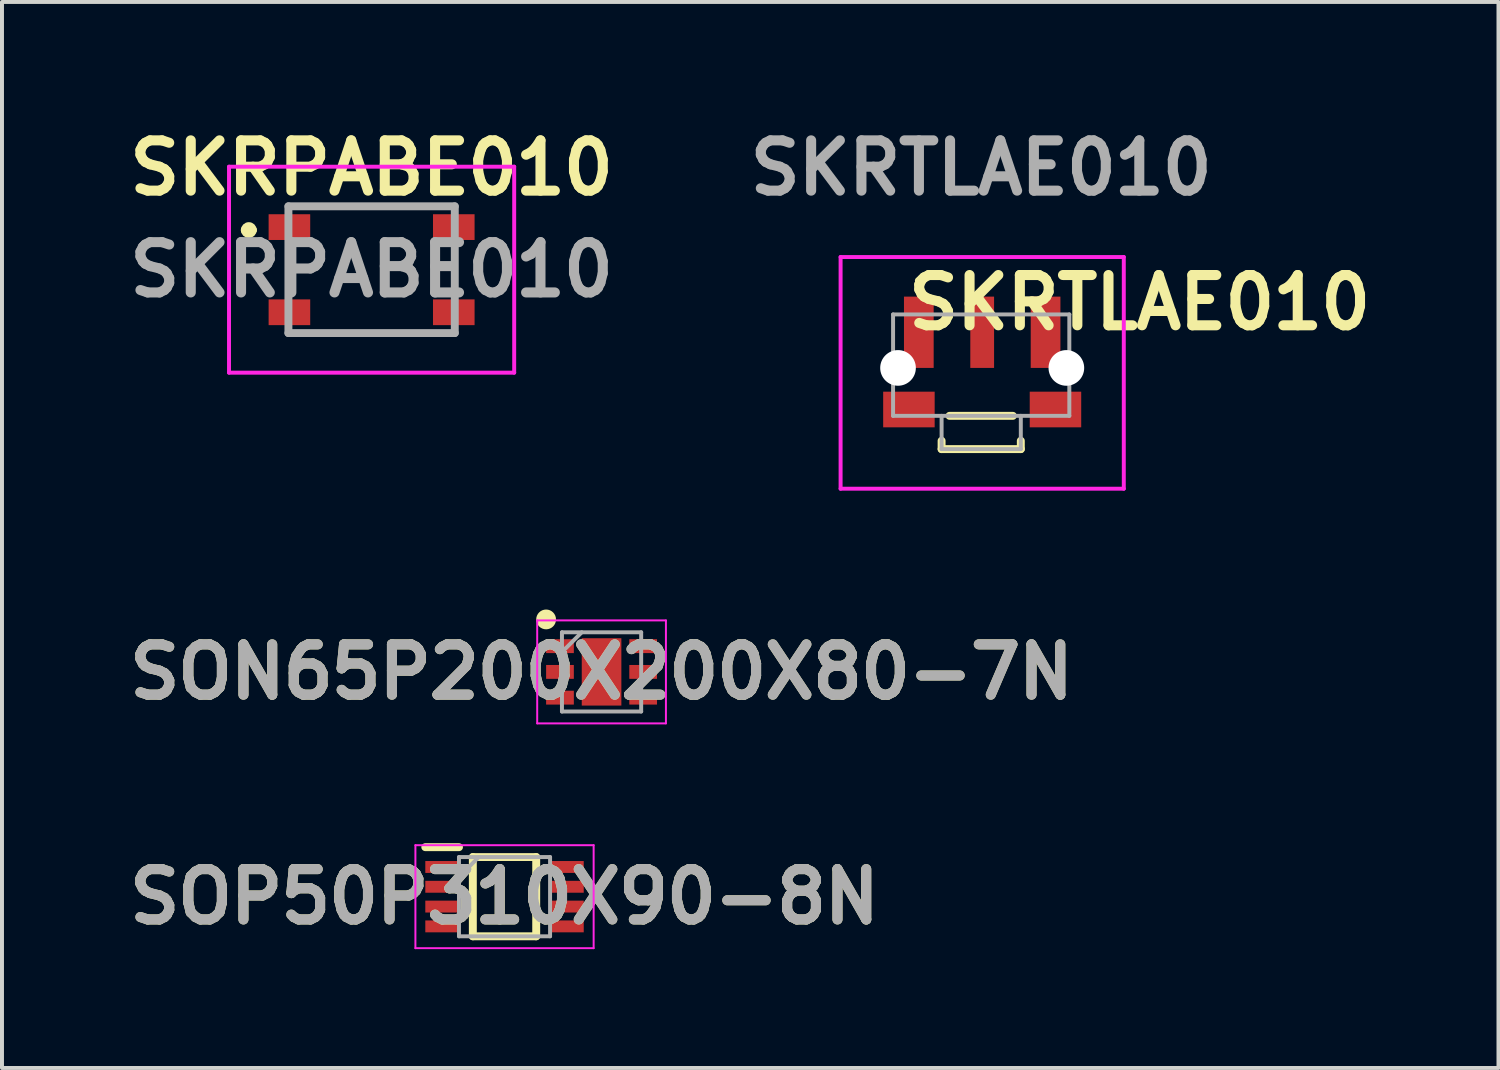
<source format=kicad_pcb>
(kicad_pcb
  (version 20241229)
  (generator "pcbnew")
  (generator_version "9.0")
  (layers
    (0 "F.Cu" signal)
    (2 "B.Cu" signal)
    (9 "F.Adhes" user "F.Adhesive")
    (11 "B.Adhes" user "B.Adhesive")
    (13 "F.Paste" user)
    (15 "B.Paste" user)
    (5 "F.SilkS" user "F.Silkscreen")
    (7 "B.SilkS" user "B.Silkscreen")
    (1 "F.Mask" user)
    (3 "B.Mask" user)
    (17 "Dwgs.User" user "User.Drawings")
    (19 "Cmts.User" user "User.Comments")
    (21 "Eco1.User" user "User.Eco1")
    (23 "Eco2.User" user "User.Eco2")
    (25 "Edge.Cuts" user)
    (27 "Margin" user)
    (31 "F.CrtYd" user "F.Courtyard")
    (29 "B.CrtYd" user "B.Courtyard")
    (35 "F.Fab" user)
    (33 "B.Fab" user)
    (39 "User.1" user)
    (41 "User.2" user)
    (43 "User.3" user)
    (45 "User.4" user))
  (footprint "SOP50P310X90-8N"
    (layer "F.Cu")
    (at 9.688 19.589)
    (property "Reference" "SOP50P310X90-8N" (at 0 0 0) (layer "F.SilkS") (effects (font (size 1.27 1.27) (thickness 0.254))))
    (attr smd)
    (fp_line (start -2 -1.25) (end -1.15 -1.25) (stroke (width 0.2) (type solid)) (layer "F.SilkS"))
    (fp_line (start -0.8 -1) (end 0.8 -1) (stroke (width 0.2) (type solid)) (layer "F.SilkS"))
    (fp_line (start -0.8 1) (end -0.8 -1) (stroke (width 0.2) (type solid)) (layer "F.SilkS"))
    (fp_line (start 0.8 -1) (end 0.8 1) (stroke (width 0.2) (type solid)) (layer "F.SilkS"))
    (fp_line (start 0.8 1) (end -0.8 1) (stroke (width 0.2) (type solid)) (layer "F.SilkS"))
    (fp_line (start -2.25 -1.3) (end 2.25 -1.3) (stroke (width 0.05) (type solid)) (layer "F.CrtYd"))
    (fp_line (start -2.25 1.3) (end -2.25 -1.3) (stroke (width 0.05) (type solid)) (layer "F.CrtYd"))
    (fp_line (start 2.25 -1.3) (end 2.25 1.3) (stroke (width 0.05) (type solid)) (layer "F.CrtYd"))
    (fp_line (start 2.25 1.3) (end -2.25 1.3) (stroke (width 0.05) (type solid)) (layer "F.CrtYd"))
    (fp_line (start -1.15 -1) (end 1.15 -1) (stroke (width 0.1) (type solid)) (layer "F.Fab"))
    (fp_line (start -1.15 -0.5) (end -0.65 -1) (stroke (width 0.1) (type solid)) (layer "F.Fab"))
    (fp_line (start -1.15 1) (end -1.15 -1) (stroke (width 0.1) (type solid)) (layer "F.Fab"))
    (fp_line (start 1.15 -1) (end 1.15 1) (stroke (width 0.1) (type solid)) (layer "F.Fab"))
    (fp_line (start 1.15 1) (end -1.15 1) (stroke (width 0.1) (type solid)) (layer "F.Fab"))
    (fp_text user "${REFERENCE}" (at 0 0 0) (layer "F.Fab") (effects (font (size 1.27 1.27) (thickness 0.254))))
    (pad "1" smd rect (at -1.575 -0.75 90) (size 0.3 0.85) (layers "F.Cu" "F.Mask" "F.Paste"))
    (pad "2" smd rect (at -1.575 -0.25 90) (size 0.3 0.85) (layers "F.Cu" "F.Mask" "F.Paste"))
    (pad "3" smd rect (at -1.575 0.25 90) (size 0.3 0.85) (layers "F.Cu" "F.Mask" "F.Paste"))
    (pad "4" smd rect (at -1.575 0.75 90) (size 0.3 0.85) (layers "F.Cu" "F.Mask" "F.Paste"))
    (pad "5" smd rect (at 1.575 0.75 90) (size 0.3 0.85) (layers "F.Cu" "F.Mask" "F.Paste"))
    (pad "6" smd rect (at 1.575 0.25 90) (size 0.3 0.85) (layers "F.Cu" "F.Mask" "F.Paste"))
    (pad "7" smd rect (at 1.575 -0.25 90) (size 0.3 0.85) (layers "F.Cu" "F.Mask" "F.Paste"))
    (pad "8" smd rect (at 1.575 -0.75 90) (size 0.3 0.85) (layers "F.Cu" "F.Mask" "F.Paste")))
  (footprint "SKRTLAE010"
    (layer "F.Cu")
    (at 21.723 6.589)
    (property "Reference" "SKRTLAE010" (at 4 -2 0) (layer "F.SilkS") (effects (font (size 1.27 1.27) (thickness 0.254))))
    (attr through_hole)
    (fp_line (start -1.575 -2.6) (end -1.575 -2.6) (stroke (width 0.1) (type solid)) (layer "F.SilkS"))
    (fp_line (start -1.575 -2.5) (end -1.575 -2.5) (stroke (width 0.1) (type solid)) (layer "F.SilkS"))
    (fp_line (start -1 1.7) (end -1 1.49) (stroke (width 0.2) (type solid)) (layer "F.SilkS"))
    (fp_line (start -0.8 0.86) (end 0.8 0.86) (stroke (width 0.2) (type solid)) (layer "F.SilkS"))
    (fp_line (start 1 1.49) (end 1 1.7) (stroke (width 0.2) (type solid)) (layer "F.SilkS"))
    (fp_line (start 1 1.7) (end -1 1.7) (stroke (width 0.2) (type solid)) (layer "F.SilkS"))
    (fp_arc (start -1.575 -2.6) (mid -1.525 -2.55) (end -1.575 -2.5) (stroke (width 0.1) (type solid)) (layer "F.SilkS"))
    (fp_arc (start -1.575 -2.5) (mid -1.625 -2.55) (end -1.575 -2.6) (stroke (width 0.1) (type solid)) (layer "F.SilkS"))
    (fp_line (start -3.55 -3.15) (end 3.6 -3.15) (stroke (width 0.1) (type solid)) (layer "F.CrtYd"))
    (fp_line (start -3.55 2.7) (end -3.55 -3.15) (stroke (width 0.1) (type solid)) (layer "F.CrtYd"))
    (fp_line (start 3.6 -3.15) (end 3.6 2.7) (stroke (width 0.1) (type solid)) (layer "F.CrtYd"))
    (fp_line (start 3.6 2.7) (end -3.55 2.7) (stroke (width 0.1) (type solid)) (layer "F.CrtYd"))
    (fp_line (start -2.225 -1.7) (end 2.225 -1.7) (stroke (width 0.1) (type solid)) (layer "F.Fab"))
    (fp_line (start -2.225 0.86) (end -2.225 -1.7) (stroke (width 0.1) (type solid)) (layer "F.Fab"))
    (fp_line (start -1 1.7) (end -1 0.86) (stroke (width 0.1) (type solid)) (layer "F.Fab"))
    (fp_line (start 1 0.86) (end 1 1.7) (stroke (width 0.1) (type solid)) (layer "F.Fab"))
    (fp_line (start 1 1.7) (end -1 1.7) (stroke (width 0.1) (type solid)) (layer "F.Fab"))
    (fp_line (start 2.225 -1.7) (end 2.225 0.86) (stroke (width 0.1) (type solid)) (layer "F.Fab"))
    (fp_line (start 2.225 0.86) (end -2.225 0.86) (stroke (width 0.1) (type solid)) (layer "F.Fab"))
    (fp_text user "${REFERENCE}" (at 0 -5.4 0) (layer "F.Fab") (effects (font (size 1.27 1.27) (thickness 0.254))))
    (pad "" np_thru_hole circle (at -2.1 -0.35) (size 0.9 0.9) (drill 0.9) (layers "*.Cu" "*.Mask"))
    (pad "" np_thru_hole circle (at 2.15 -0.35) (size 0.9 0.9) (drill 0.9) (layers "*.Cu" "*.Mask"))
    (pad "1" smd rect (at -1.575 -1.25) (size 0.75 1.8) (layers "F.Cu" "F.Mask" "F.Paste"))
    (pad "2" smd rect (at 0.025 -1.25) (size 0.6 1.8) (layers "F.Cu" "F.Mask" "F.Paste"))
    (pad "3" smd rect (at 1.625 -1.25) (size 0.75 1.8) (layers "F.Cu" "F.Mask" "F.Paste"))
    (pad "MP1" smd rect (at -1.825 0.7 90) (size 0.9 1.3) (layers "F.Cu" "F.Mask" "F.Paste"))
    (pad "MP2" smd rect (at 1.875 0.7 90) (size 0.9 1.3) (layers "F.Cu" "F.Mask" "F.Paste")))
  (footprint "SKRPABE010"
    (layer "F.Cu")
    (at 6.332 3.759)
    (property "Reference" "SKRPABE010" (at 0 -2.57 0) (layer "F.SilkS") (effects (font (size 1.27 1.27) (thickness 0.254))))
    (attr smd)
    (fp_line (start -3.2 -1) (end -3.2 -1) (stroke (width 0.2) (type solid)) (layer "F.SilkS"))
    (fp_line (start -3 -1) (end -3 -1) (stroke (width 0.1) (type solid)) (layer "F.SilkS"))
    (fp_line (start -3 -1) (end -3 -1) (stroke (width 0.2) (type solid)) (layer "F.SilkS"))
    (fp_line (start -2.1 -0.4) (end -2.1 0.4) (stroke (width 0.1) (type solid)) (layer "F.SilkS"))
    (fp_line (start -1.2 -1.6) (end 1.2 -1.6) (stroke (width 0.1) (type solid)) (layer "F.SilkS"))
    (fp_line (start -1.2 1.6) (end 1.2 1.6) (stroke (width 0.1) (type solid)) (layer "F.SilkS"))
    (fp_line (start 2.1 -0.4) (end 2.1 0.4) (stroke (width 0.1) (type solid)) (layer "F.SilkS"))
    (fp_arc (start -3.2 -1) (mid -3.1 -1.1) (end -3 -1) (stroke (width 0.2) (type solid)) (layer "F.SilkS"))
    (fp_arc (start -3 -1) (mid -3.1 -0.9) (end -3.2 -1) (stroke (width 0.2) (type solid)) (layer "F.SilkS"))
    (fp_line (start -3.6 -2.6) (end 3.6 -2.6) (stroke (width 0.1) (type solid)) (layer "F.CrtYd"))
    (fp_line (start -3.6 2.6) (end -3.6 -2.6) (stroke (width 0.1) (type solid)) (layer "F.CrtYd"))
    (fp_line (start 3.6 -2.6) (end 3.6 2.6) (stroke (width 0.1) (type solid)) (layer "F.CrtYd"))
    (fp_line (start 3.6 2.6) (end -3.6 2.6) (stroke (width 0.1) (type solid)) (layer "F.CrtYd"))
    (fp_line (start -2.1 -1.6) (end 2.1 -1.6) (stroke (width 0.2) (type solid)) (layer "F.Fab"))
    (fp_line (start -2.1 1.6) (end -2.1 -1.6) (stroke (width 0.2) (type solid)) (layer "F.Fab"))
    (fp_line (start 2.1 -1.6) (end 2.1 1.6) (stroke (width 0.2) (type solid)) (layer "F.Fab"))
    (fp_line (start 2.1 1.6) (end -2.1 1.6) (stroke (width 0.2) (type solid)) (layer "F.Fab"))
    (fp_text user "${REFERENCE}" (at 0 0 0) (layer "F.Fab") (effects (font (size 1.27 1.27) (thickness 0.254))))
    (pad "1" smd rect (at -2.075 -1.075 90) (size 0.65 1.05) (layers "F.Cu" "F.Mask" "F.Paste"))
    (pad "2" smd rect (at 2.075 -1.075 90) (size 0.65 1.05) (layers "F.Cu" "F.Mask" "F.Paste"))
    (pad "3" smd rect (at -2.075 1.075 90) (size 0.65 1.05) (layers "F.Cu" "F.Mask" "F.Paste"))
    (pad "4" smd rect (at 2.075 1.075 90) (size 0.65 1.05) (layers "F.Cu" "F.Mask" "F.Paste")))
  (footprint "SON65P200X200X80-7N"
    (layer "F.Cu")
    (at 12.138 13.914)
    (property "Reference" "SON65P200X200X80-7N" (at 0 0 0) (layer "F.SilkS") (effects (font (size 1.27 1.27) (thickness 0.254))))
    (attr smd)
    (fp_circle (center -1.4 -1.325) (end -1.4 -1.2) (stroke (width 0.25) (type solid)) (fill no) (layer "F.SilkS"))
    (fp_line (start -1.625 -1.3) (end 1.625 -1.3) (stroke (width 0.05) (type solid)) (layer "F.CrtYd"))
    (fp_line (start -1.625 1.3) (end -1.625 -1.3) (stroke (width 0.05) (type solid)) (layer "F.CrtYd"))
    (fp_line (start 1.625 -1.3) (end 1.625 1.3) (stroke (width 0.05) (type solid)) (layer "F.CrtYd"))
    (fp_line (start 1.625 1.3) (end -1.625 1.3) (stroke (width 0.05) (type solid)) (layer "F.CrtYd"))
    (fp_line (start -1 -1) (end 1 -1) (stroke (width 0.1) (type solid)) (layer "F.Fab"))
    (fp_line (start -1 -0.5) (end -0.5 -1) (stroke (width 0.1) (type solid)) (layer "F.Fab"))
    (fp_line (start -1 1) (end -1 -1) (stroke (width 0.1) (type solid)) (layer "F.Fab"))
    (fp_line (start 1 -1) (end 1 1) (stroke (width 0.1) (type solid)) (layer "F.Fab"))
    (fp_line (start 1 1) (end -1 1) (stroke (width 0.1) (type solid)) (layer "F.Fab"))
    (fp_text user "${REFERENCE}" (at 0 0 0) (layer "F.Fab") (effects (font (size 1.27 1.27) (thickness 0.254))))
    (pad "1" smd rect (at -1.05 -0.65 90) (size 0.35 0.7) (layers "F.Cu" "F.Mask" "F.Paste"))
    (pad "2" smd rect (at -1.05 0 90) (size 0.35 0.7) (layers "F.Cu" "F.Mask" "F.Paste"))
    (pad "3" smd rect (at -1.05 0.65 90) (size 0.35 0.7) (layers "F.Cu" "F.Mask" "F.Paste"))
    (pad "4" smd rect (at 1.05 0.65 90) (size 0.35 0.7) (layers "F.Cu" "F.Mask" "F.Paste"))
    (pad "5" smd rect (at 1.05 0 90) (size 0.35 0.7) (layers "F.Cu" "F.Mask" "F.Paste"))
    (pad "6" smd rect (at 1.05 -0.65 90) (size 0.35 0.7) (layers "F.Cu" "F.Mask" "F.Paste"))
    (pad "7" smd rect (at 0 0) (size 1 1.7) (layers "F.Cu" "F.Mask" "F.Paste")))
  (gr_rect
    (start -3 -3)
    (end 34.783 23.914)
    (stroke (width 0.1) (type default))
    (fill no)
    (layer "Edge.Cuts")))
</source>
